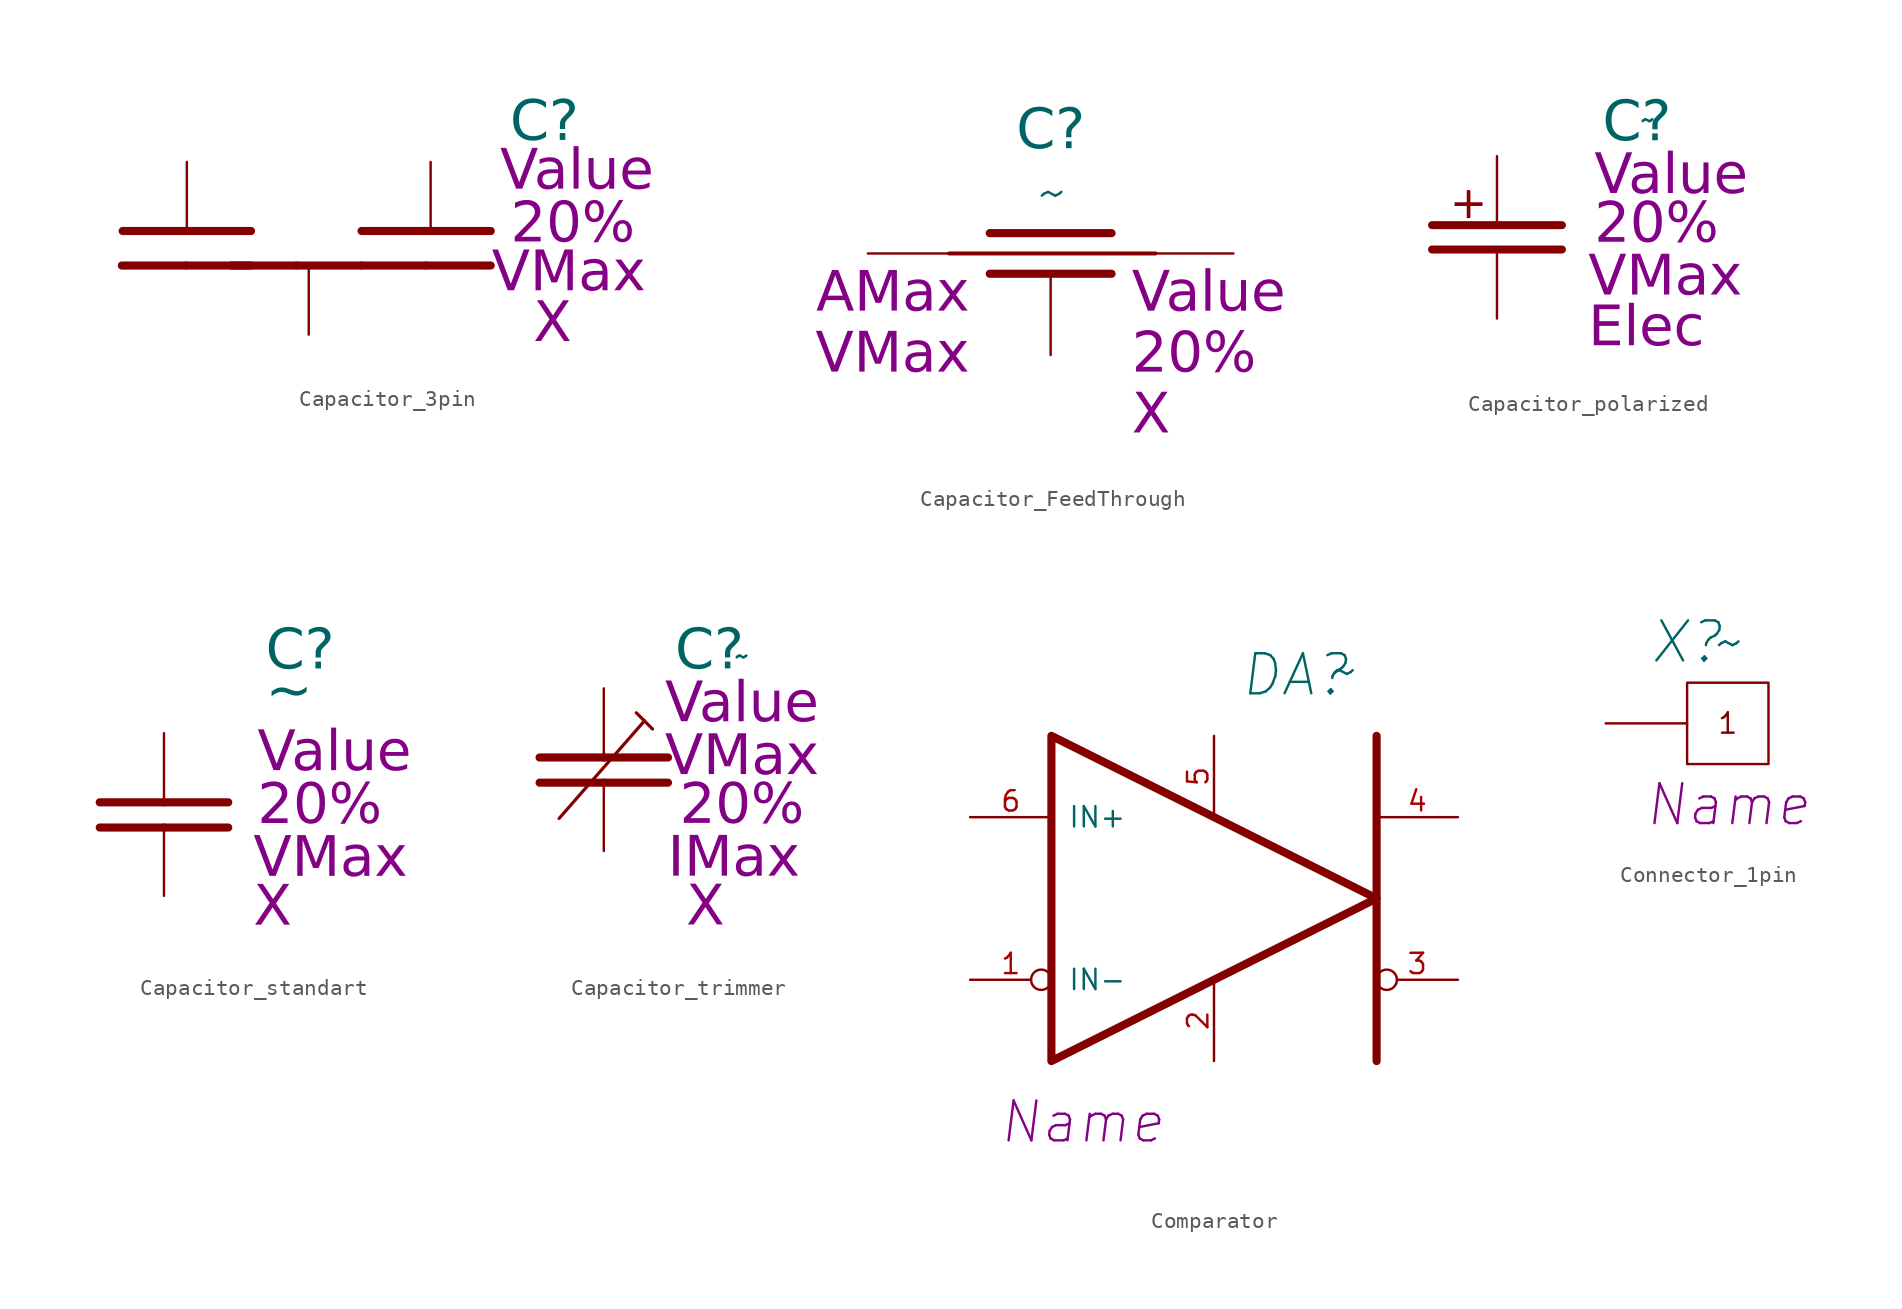
<source format=kicad_sym>
(kicad_symbol_lib
  (version 20241209)
  (generator "kicad_symbol_editor")
  (generator_version "9.0")
  (symbol "Capacitor_3pin"
    (pin_numbers
      (hide yes))
    (pin_names
      (offset 1.016)
      (hide yes))
    (property "Reference" "C"
      (at 14.732 7.493 0)
      (effects (font (face "GOST type A") (size 2.5 2.5) (italic yes))))
    (property "Capacitance" "Value"
      (at 16.764 4.445 0)
      (effects (font (face "GOST type A") (size 2.5 2.5) (italic yes))))
    (property "Tolerance" "20%"
      (at 16.51 1.143 0)
      (effects (font (face "GOST type A") (size 2.5 2.5) (italic yes))))
    (property "MaxVoltage" "VMax"
      (at 16.256 -1.905 0)
      (effects (font (face "GOST type A") (size 2.5 2.5) (italic yes))))
    (property "TempFactor" "X"
      (at 15.24 -5.08 0)
      (effects (font (face "GOST type A") (size 2.5 2.5) (italic yes))))
    (symbol "Capacitor_3pin_0_1"
      (polyline (pts (xy -7.62 0.762) (xy -3.607 0.762)) (stroke (width 0.508) (type solid)) (fill (type none))))
    (symbol "Capacitor_3pin_1_1"
      (polyline (pts (xy -11.684 -1.397) (xy -7.671 -1.397)) (stroke (width 0.508) (type solid)) (fill (type none)))
      (polyline (pts (xy -11.633 0.762) (xy -7.62 0.762)) (stroke (width 0.508) (type solid)) (fill (type none)))
      (polyline (pts (xy -7.62 -1.397) (xy -3.607 -1.397)) (stroke (width 0.508) (type solid)) (fill (type none)))
      (polyline (pts (xy -4.826 -1.397) (xy -0.813 -1.397)) (stroke (width 0.508) (type solid)) (fill (type none)))
      (polyline (pts (xy -0.762 -1.397) (xy 3.251 -1.397)) (stroke (width 0.508) (type solid)) (fill (type none)))
      (polyline (pts (xy 3.302 0.762) (xy 7.315 0.762)) (stroke (width 0.508) (type solid)) (fill (type none)))
      (polyline (pts (xy 3.302 -1.397) (xy 7.315 -1.397)) (stroke (width 0.508) (type solid)) (fill (type none)))
      (polyline (pts (xy 7.366 0.762) (xy 11.379 0.762)) (stroke (width 0.508) (type solid)) (fill (type none)))
      (polyline (pts (xy 7.366 -1.397) (xy 11.379 -1.397)) (stroke (width 0.508) (type solid)) (fill (type none)))
      (pin passive line (at -7.62 5.08 270) (length 4.293) (name "1" (effects (font (size 1.27 1.27)))) (number "1" (effects (font (size 1.27 1.27)))))
      (pin passive line (at 0 -5.715 90) (length 4.267) (name "2" (effects (font (size 1.27 1.27)))) (number "2" (effects (font (size 1.27 1.27)))))
      (pin passive line (at 7.62 5.08 270) (length 4.267) (name "3" (effects (font (size 1.27 1.27)))) (number "3" (effects (font (size 1.27 1.27)))))))
  (symbol "Capacitor_FeedThrough"
    (pin_numbers
      (hide yes))
    (pin_names
      (offset 1.016)
      (hide yes))
    (property "Reference" "C"
      (at 0 7.62 0)
      (do_not_autoplace)
      (effects (font (face "GOST type A") (size 2.5 2.5) (italic yes))))
    (property "Value" "~"
      (at 0 3.81 0)
      (do_not_autoplace)
      (effects (font (size 2.5 2.5) (italic yes))))
    (property "Capacitance" "Value"
      (at 5.08 -2.54 0)
      (do_not_autoplace)
      (effects (font (face "GOST type A") (size 2.5 2.5) (italic yes)) (justify left)))
    (property "Tolerance" "20%"
      (at 5.08 -6.35 0)
      (do_not_autoplace)
      (effects (font (face "GOST type A") (size 2.5 2.5) (italic yes)) (justify left)))
    (property "MaxVoltage" "VMax"
      (at -5.08 -6.35 0)
      (do_not_autoplace)
      (effects (font (face "GOST type A") (size 2.5 2.5) (italic yes)) (justify right)))
    (property "TempFactor" "X"
      (at 5.08 -10.16 0)
      (do_not_autoplace)
      (effects (font (face "GOST type A") (size 2.5 2.5) (italic yes)) (justify left)))
    (property "MaxCurrent" "AMax"
      (at -5.08 -2.54 0)
      (do_not_autoplace)
      (effects (font (face "GOST type A") (size 2.489 2.489) (italic yes)) (justify right)))
    (symbol "Capacitor_FeedThrough_0_1"
      (polyline (pts (xy -6.35 0) (xy 6.553 0)) (stroke (width 0.25) (type solid)) (fill (type none))))
    (symbol "Capacitor_FeedThrough_1_1"
      (polyline (pts (xy -3.81 1.27) (xy 3.81 1.27)) (stroke (width 0.508) (type solid)) (fill (type none)))
      (polyline (pts (xy -3.81 -1.27) (xy 3.81 -1.27)) (stroke (width 0.508) (type solid)) (fill (type none)))
      (pin passive line (at -11.43 0 0) (length 5.08) (name "1" (effects (font (size 1.27 1.27)))) (number "1" (effects (font (size 1.27 1.27)))))
      (pin passive line (at 0 -6.35 90) (length 5.08) (name "2" (effects (font (size 1.27 1.27)))) (number "2" (effects (font (size 1.27 1.27)))))
      (pin passive line (at 11.43 0 180) (length 5.08) (name "3" (effects (font (size 1.27 1.27)))) (number "3" (effects (font (size 1.27 1.27)))))))
  (symbol "Capacitor_polarized"
    (pin_numbers
      (hide yes))
    (pin_names
      (offset 0)
      (hide yes))
    (property "Reference" "C"
      (at 6.604 7.112 0)
      (effects (font (face "GOST type A") (size 2.5 2.5) (italic yes)) (justify left)))
    (property "Value" "~"
      (at 8.89 7.366 0)
      (effects (font (size 1.27 1.27)) (justify left)))
    (property "Capacitance" "Value"
      (at 6.096 3.81 0)
      (effects (font (face "GOST type A") (size 2.5 2.5) (italic yes)) (justify left)))
    (property "Tolerance" "20%"
      (at 6.096 0.762 0)
      (effects (font (face "GOST type A") (size 2.5 2.5) (italic yes)) (justify left)))
    (property "MaxVoltage" "VMax"
      (at 5.715 -2.54 0)
      (effects (font (face "GOST type A") (size 2.5 2.5) (italic yes)) (justify left)))
    (property "TempFactor" "Elec"
      (at 5.715 -5.715 0)
      (effects (font (face "GOST type A") (size 2.5 2.5) (italic yes)) (justify left)))
    (symbol "Capacitor_polarized_1_1"
      (polyline (pts (xy -4.064 0.762) (xy 4.064 0.762) (xy 4.064 0.762)) (stroke (width 0.5) (type default)) (fill (type none)))
      (polyline (pts (xy -4.064 -0.762) (xy 4.064 -0.762) (xy 4.064 -0.762)) (stroke (width 0.5) (type default)) (fill (type none)))
      (text "+" (at -1.778 2.032 0) (effects (font (face "Arial") (size 2 2))))
      (pin passive line (at 0 5.08 270) (length 4.293) (name "1" (effects (font (size 1.27 1.27)))) (number "1" (effects (font (size 1.27 1.27)))))
      (pin passive line (at 0 -5.08 90) (length 4.267) (name "2" (effects (font (size 1.27 1.27)))) (number "2" (effects (font (size 1.27 1.27)))))))
  (symbol "Capacitor_standart"
    (pin_numbers
      (hide yes))
    (pin_names
      (offset 0.254)
      (hide yes))
    (property "Reference" "C"
      (at 6.35 10.16 0)
      (effects (font (face "GOST type A") (size 2.5 2.5) (italic yes)) (justify left)))
    (property "Value" "~"
      (at 6.35 7.62 0)
      (effects (font (face "GOST type A") (size 2.5 2.5) (italic yes)) (justify left)))
    (property "Capacitance" "Value"
      (at 5.842 3.81 0)
      (effects (font (face "GOST type A") (size 2.5 2.5) (italic yes)) (justify left)))
    (property "Tolerance" "20%"
      (at 5.842 0.508 0)
      (effects (font (face "GOST type A") (size 2.5 2.5) (italic yes)) (justify left)))
    (property "MaxVoltage" "VMax"
      (at 5.588 -2.794 0)
      (effects (font (face "GOST type A") (size 2.5 2.5) (italic yes)) (justify left)))
    (property "TempFactor" "X"
      (at 5.588 -5.842 0)
      (effects (font (face "GOST type A") (size 2.5 2.5) (italic yes)) (justify left)))
    (symbol "Capacitor_standart_0_1"
      (polyline (pts (xy 0 0.762) (xy 4.013 0.762)) (stroke (width 0.508) (type solid)) (fill (type none))))
    (symbol "Capacitor_standart_1_1"
      (polyline (pts (xy -4.013 0.762) (xy 0 0.762)) (stroke (width 0.508) (type solid)) (fill (type none)))
      (polyline (pts (xy -4.013 -0.813) (xy 0 -0.813)) (stroke (width 0.508) (type solid)) (fill (type none)))
      (polyline (pts (xy 0 -0.813) (xy 4.013 -0.813)) (stroke (width 0.508) (type solid)) (fill (type none)))
      (pin passive line (at 0 5.08 270) (length 4.293) (name "1" (effects (font (size 1.27 1.27)))) (number "1" (effects (font (size 1.27 1.27)))))
      (pin passive line (at 0 -5.08 90) (length 4.267) (name "2" (effects (font (size 1.27 1.27)))) (number "2" (effects (font (size 1.27 1.27)))))))
  (symbol "Capacitor_trimmer"
    (pin_numbers
      (hide yes))
    (pin_names
      (offset 0)
      (hide yes))
    (property "Reference" "C"
      (at 6.604 7.366 0)
      (effects (font (face "GOST type A") (size 2.5 2.5) (italic yes))))
    (property "Value" "~"
      (at 8.636 7.112 0)
      (effects (font (size 1.27 1.27))))
    (property "Capacitance" "Value"
      (at 8.636 4.064 0)
      (effects (font (face "GOST type A") (size 2.5 2.5) (italic yes))))
    (property "Tolerance" "20%"
      (at 8.636 -2.286 0)
      (effects (font (face "GOST type A") (size 2.5 2.5) (italic yes))))
    (property "MaxVoltage" "VMax"
      (at 8.636 0.762 0)
      (effects (font (face "GOST type A") (size 2.5 2.5) (italic yes))))
    (property "TempFactor" "X"
      (at 6.35 -8.636 0)
      (effects (font (face "GOST type A") (size 2.5 2.5) (italic yes))))
    (property "MaxCurrent" "IMax"
      (at 8.128 -5.588 0)
      (effects (font (face "GOST type A") (size 2.5 2.5) (italic yes))))
    (symbol "Capacitor_trimmer_0_1"
      (polyline (pts (xy 0 0.762) (xy 4.013 0.762)) (stroke (width 0.508) (type solid)) (fill (type none))))
    (symbol "Capacitor_trimmer_1_1"
      (polyline (pts (xy -4.013 0.762) (xy 0 0.762)) (stroke (width 0.508) (type solid)) (fill (type none)))
      (polyline (pts (xy -4.013 -0.813) (xy 0 -0.813)) (stroke (width 0.508) (type solid)) (fill (type none)))
      (polyline (pts (xy -2.794 -3.048) (xy 2.54 3.048)) (stroke (width 0.2) (type default)) (fill (type none)))
      (polyline (pts (xy 0 -0.813) (xy 4.013 -0.813)) (stroke (width 0.508) (type solid)) (fill (type none)))
      (polyline (pts (xy 2.54 3.048) (xy 2.032 3.556)) (stroke (width 0.2) (type default)) (fill (type none)))
      (polyline (pts (xy 2.54 3.048) (xy 3.048 2.54)) (stroke (width 0.2) (type default)) (fill (type none)))
      (pin passive line (at 0 5.08 270) (length 4.293) (name "1" (effects (font (size 1.27 1.27)))) (number "1" (effects (font (size 1.27 1.27)))))
      (pin passive line (at 0 -5.08 90) (length 4.267) (name "2" (effects (font (size 1.27 1.27)))) (number "2" (effects (font (size 1.27 1.27)))))))
  (symbol "Comparator"
    (pin_names
      (offset 1.016))
    (property "Reference" "DA"
      (at 5.08 13.97 0)
      (effects (font (size 2.5 2.5) (italic yes))))
    (property "Value" "~"
      (at 8.128 14.224 0)
      (effects (font (size 2.5 2.5))))
    (property "NameComponenta" "Name"
      (at -8.255 -13.97 0)
      (effects (font (size 2.489 2.489) (italic yes))))
    (symbol "Comparator_0_1"
      (polyline (pts (xy 10.16 10.16) (xy 10.16 -10.16)) (stroke (width 0.508) (type solid)) (fill (type none))))
    (symbol "Comparator_1_1"
      (polyline (pts (xy -10.16 10.16) (xy -10.16 -10.16) (xy 10.16 0) (xy -10.16 10.16)) (stroke (width 0.508) (type solid)) (fill (type none)))
      (pin input line (at -15.24 5.08 0) (length 5.08) (name "IN+" (effects (font (size 1.27 1.27)))) (number "6" (effects (font (size 1.27 1.27)))))
      (pin input inverted (at -15.24 -5.08 0) (length 5.08) (name "IN-" (effects (font (size 1.27 1.27)))) (number "1" (effects (font (size 1.27 1.27)))))
      (pin power_in line (at 0 10.16 270) (length 5.08) (name "~" (effects (font (size 1.27 1.27)))) (number "5" (effects (font (size 1.27 1.27)))))
      (pin power_in line (at 0 -10.16 90) (length 5.08) (name "~" (effects (font (size 1.27 1.27)))) (number "2" (effects (font (size 1.27 1.27)))))
      (pin output line (at 15.24 5.08 180) (length 5.08) (name "~" (effects (font (size 1.27 1.27)))) (number "4" (effects (font (size 1.27 1.27)))))
      (pin output inverted (at 15.24 -5.08 180) (length 5.08) (name "~" (effects (font (size 1.27 1.27)))) (number "3" (effects (font (size 1.27 1.27)))))))
  (symbol "Connector_1pin"
    (pin_numbers
      (hide yes))
    (pin_names
      (offset 0.025)
      (hide yes))
    (property "Reference" "X"
      (at -2.54 5.08 0)
      (effects (font (size 2.5 2.5) (italic yes))))
    (property "Value" "~"
      (at 0 5.08 0)
      (effects (font (size 2.5 2.5) (italic yes))))
    (property "Name" "Name"
      (at 0 -5.08 0)
      (effects (font (size 2.489 2.489) (italic yes))))
    (symbol "Connector_1pin_0_0"
      (polyline (pts (xy -2.54 2.54) (xy 2.54 2.54) (xy 2.54 -2.54) (xy -2.54 -2.54) (xy -2.54 2.54)) (stroke (width 0) (type solid)) (fill (type none)))
      (text "1" (at 0 0 0) (effects (font (size 1.27 1.27)))))
    (symbol "Connector_1pin_1_1"
      (pin passive line (at -7.62 0 0) (length 5.08) (name "1" (effects (font (size 1.27 1.27)))) (number "1" (effects (font (size 1.27 1.27))))))))
</source>
